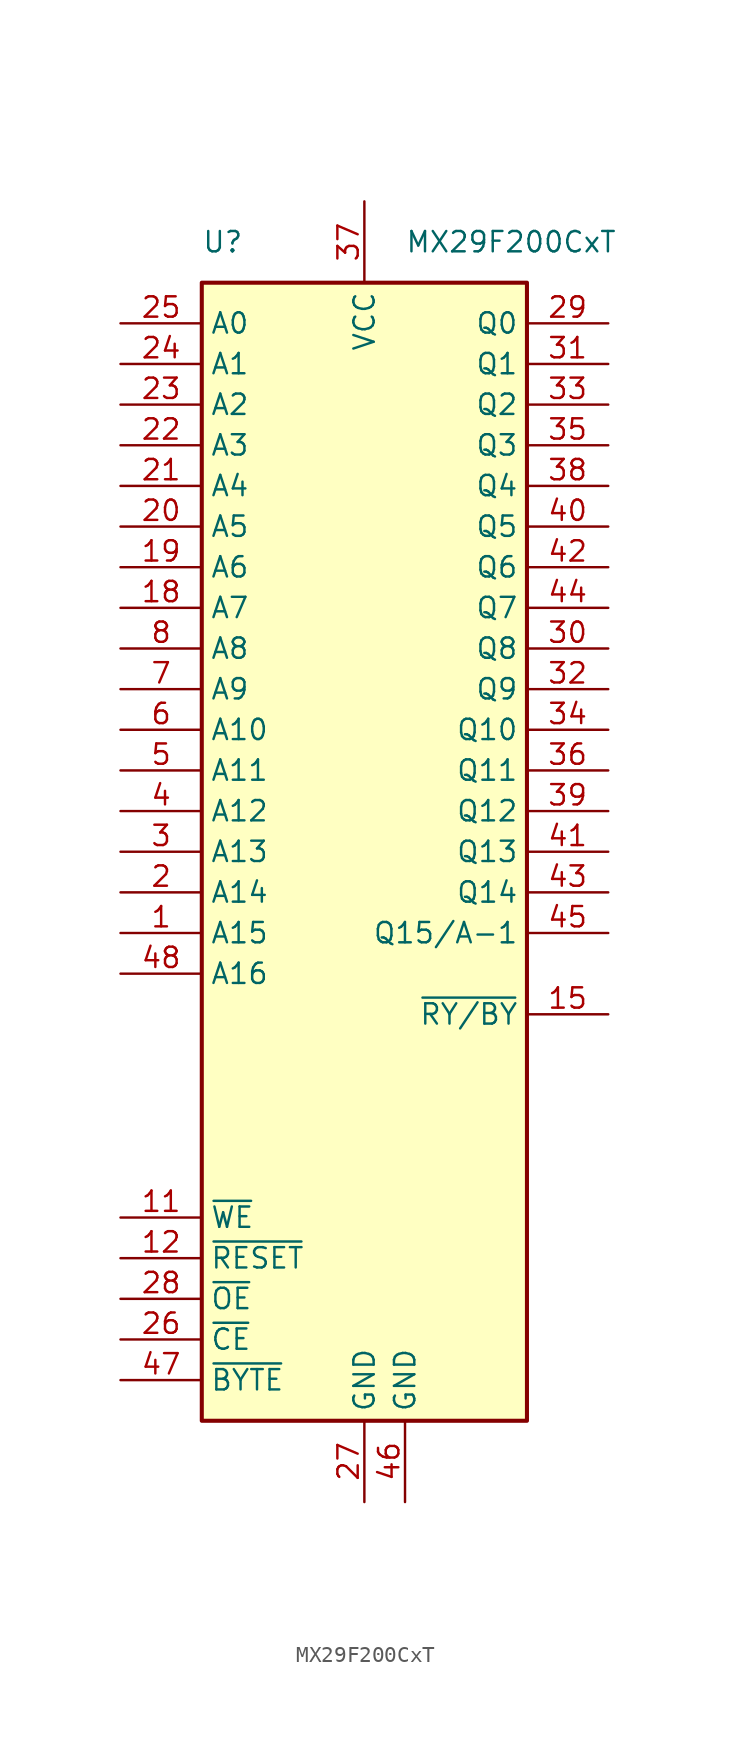
<source format=kicad_sym>
(kicad_symbol_lib
  (version 20241209)
  (generator "kicad_symbol_editor")
  (generator_version "9.0")
  (symbol "MX29F200CxT"
    (property "Reference" "U"
      (at -10.16 38.1 0)
      (effects (font (size 1.27 1.27)) (justify left)))
    (property "Value" "MX29F200CxT"
      (at 2.54 38.1 0)
      (effects (font (size 1.27 1.27)) (justify left)))
    (symbol "MX29F200CxT_0_1"
      (rectangle (start -10.16 35.56) (end 10.16 -35.56) (stroke (width 0.254) (type default)) (fill (type background))))
    (symbol "MX29F200CxT_1_1"
      (pin input line (at -15.24 33.02 0) (length 5.08) (name "A0" (effects (font (size 1.27 1.27)))) (number "25" (effects (font (size 1.27 1.27)))))
      (pin input line (at -15.24 30.48 0) (length 5.08) (name "A1" (effects (font (size 1.27 1.27)))) (number "24" (effects (font (size 1.27 1.27)))))
      (pin input line (at -15.24 27.94 0) (length 5.08) (name "A2" (effects (font (size 1.27 1.27)))) (number "23" (effects (font (size 1.27 1.27)))))
      (pin input line (at -15.24 25.4 0) (length 5.08) (name "A3" (effects (font (size 1.27 1.27)))) (number "22" (effects (font (size 1.27 1.27)))))
      (pin input line (at -15.24 22.86 0) (length 5.08) (name "A4" (effects (font (size 1.27 1.27)))) (number "21" (effects (font (size 1.27 1.27)))))
      (pin input line (at -15.24 20.32 0) (length 5.08) (name "A5" (effects (font (size 1.27 1.27)))) (number "20" (effects (font (size 1.27 1.27)))))
      (pin input line (at -15.24 17.78 0) (length 5.08) (name "A6" (effects (font (size 1.27 1.27)))) (number "19" (effects (font (size 1.27 1.27)))))
      (pin input line (at -15.24 15.24 0) (length 5.08) (name "A7" (effects (font (size 1.27 1.27)))) (number "18" (effects (font (size 1.27 1.27)))))
      (pin input line (at -15.24 12.7 0) (length 5.08) (name "A8" (effects (font (size 1.27 1.27)))) (number "8" (effects (font (size 1.27 1.27)))))
      (pin input line (at -15.24 10.16 0) (length 5.08) (name "A9" (effects (font (size 1.27 1.27)))) (number "7" (effects (font (size 1.27 1.27)))))
      (pin input line (at -15.24 7.62 0) (length 5.08) (name "A10" (effects (font (size 1.27 1.27)))) (number "6" (effects (font (size 1.27 1.27)))))
      (pin input line (at -15.24 5.08 0) (length 5.08) (name "A11" (effects (font (size 1.27 1.27)))) (number "5" (effects (font (size 1.27 1.27)))))
      (pin input line (at -15.24 2.54 0) (length 5.08) (name "A12" (effects (font (size 1.27 1.27)))) (number "4" (effects (font (size 1.27 1.27)))))
      (pin input line (at -15.24 0 0) (length 5.08) (name "A13" (effects (font (size 1.27 1.27)))) (number "3" (effects (font (size 1.27 1.27)))))
      (pin input line (at -15.24 -2.54 0) (length 5.08) (name "A14" (effects (font (size 1.27 1.27)))) (number "2" (effects (font (size 1.27 1.27)))))
      (pin input line (at -15.24 -5.08 0) (length 5.08) (name "A15" (effects (font (size 1.27 1.27)))) (number "1" (effects (font (size 1.27 1.27)))))
      (pin input line (at -15.24 -7.62 0) (length 5.08) (name "A16" (effects (font (size 1.27 1.27)))) (number "48" (effects (font (size 1.27 1.27)))))
      (pin input line (at -15.24 -22.86 0) (length 5.08) (name "~{WE}" (effects (font (size 1.27 1.27)))) (number "11" (effects (font (size 1.27 1.27)))))
      (pin input line (at -15.24 -25.4 0) (length 5.08) (name "~{RESET}" (effects (font (size 1.27 1.27)))) (number "12" (effects (font (size 1.27 1.27)))))
      (pin input line (at -15.24 -27.94 0) (length 5.08) (name "~{OE}" (effects (font (size 1.27 1.27)))) (number "28" (effects (font (size 1.27 1.27)))))
      (pin input line (at -15.24 -30.48 0) (length 5.08) (name "~{CE}" (effects (font (size 1.27 1.27)))) (number "26" (effects (font (size 1.27 1.27)))))
      (pin input line (at -15.24 -33.02 0) (length 5.08) (name "~{BYTE}" (effects (font (size 1.27 1.27)))) (number "47" (effects (font (size 1.27 1.27)))))
      (pin no_connect line (at -10.16 -10.16 0) (length 5.08) (hide yes) (name "NC" (effects (font (size 1.27 1.27)))) (number "17" (effects (font (size 1.27 1.27)))))
      (pin no_connect line (at -10.16 -12.7 0) (length 5.08) (hide yes) (name "NC" (effects (font (size 1.27 1.27)))) (number "16" (effects (font (size 1.27 1.27)))))
      (pin no_connect line (at -10.16 -15.24 0) (length 5.08) (hide yes) (name "NC" (effects (font (size 1.27 1.27)))) (number "9" (effects (font (size 1.27 1.27)))))
      (pin no_connect line (at -10.16 -17.78 0) (length 5.08) (hide yes) (name "NC" (effects (font (size 1.27 1.27)))) (number "10" (effects (font (size 1.27 1.27)))))
      (pin no_connect line (at -10.16 -20.32 0) (length 5.08) (hide yes) (name "NC" (effects (font (size 1.27 1.27)))) (number "13" (effects (font (size 1.27 1.27)))))
      (pin power_in line (at 0 40.64 270) (length 5.08) (name "VCC" (effects (font (size 1.27 1.27)))) (number "37" (effects (font (size 1.27 1.27)))))
      (pin power_in line (at 0 -40.64 90) (length 5.08) (name "GND" (effects (font (size 1.27 1.27)))) (number "27" (effects (font (size 1.27 1.27)))))
      (pin power_in line (at 2.54 -40.64 90) (length 5.08) (name "GND" (effects (font (size 1.27 1.27)))) (number "46" (effects (font (size 1.27 1.27)))))
      (pin no_connect line (at 10.16 -15.24 180) (length 5.08) (hide yes) (name "NC" (effects (font (size 1.27 1.27)))) (number "14" (effects (font (size 1.27 1.27)))))
      (pin bidirectional line (at 15.24 33.02 180) (length 5.08) (name "Q0" (effects (font (size 1.27 1.27)))) (number "29" (effects (font (size 1.27 1.27)))))
      (pin bidirectional line (at 15.24 30.48 180) (length 5.08) (name "Q1" (effects (font (size 1.27 1.27)))) (number "31" (effects (font (size 1.27 1.27)))))
      (pin bidirectional line (at 15.24 27.94 180) (length 5.08) (name "Q2" (effects (font (size 1.27 1.27)))) (number "33" (effects (font (size 1.27 1.27)))))
      (pin bidirectional line (at 15.24 25.4 180) (length 5.08) (name "Q3" (effects (font (size 1.27 1.27)))) (number "35" (effects (font (size 1.27 1.27)))))
      (pin bidirectional line (at 15.24 22.86 180) (length 5.08) (name "Q4" (effects (font (size 1.27 1.27)))) (number "38" (effects (font (size 1.27 1.27)))))
      (pin bidirectional line (at 15.24 20.32 180) (length 5.08) (name "Q5" (effects (font (size 1.27 1.27)))) (number "40" (effects (font (size 1.27 1.27)))))
      (pin bidirectional line (at 15.24 17.78 180) (length 5.08) (name "Q6" (effects (font (size 1.27 1.27)))) (number "42" (effects (font (size 1.27 1.27)))))
      (pin bidirectional line (at 15.24 15.24 180) (length 5.08) (name "Q7" (effects (font (size 1.27 1.27)))) (number "44" (effects (font (size 1.27 1.27)))))
      (pin bidirectional line (at 15.24 12.7 180) (length 5.08) (name "Q8" (effects (font (size 1.27 1.27)))) (number "30" (effects (font (size 1.27 1.27)))))
      (pin bidirectional line (at 15.24 10.16 180) (length 5.08) (name "Q9" (effects (font (size 1.27 1.27)))) (number "32" (effects (font (size 1.27 1.27)))))
      (pin bidirectional line (at 15.24 7.62 180) (length 5.08) (name "Q10" (effects (font (size 1.27 1.27)))) (number "34" (effects (font (size 1.27 1.27)))))
      (pin bidirectional line (at 15.24 5.08 180) (length 5.08) (name "Q11" (effects (font (size 1.27 1.27)))) (number "36" (effects (font (size 1.27 1.27)))))
      (pin bidirectional line (at 15.24 2.54 180) (length 5.08) (name "Q12" (effects (font (size 1.27 1.27)))) (number "39" (effects (font (size 1.27 1.27)))))
      (pin bidirectional line (at 15.24 0 180) (length 5.08) (name "Q13" (effects (font (size 1.27 1.27)))) (number "41" (effects (font (size 1.27 1.27)))))
      (pin bidirectional line (at 15.24 -2.54 180) (length 5.08) (name "Q14" (effects (font (size 1.27 1.27)))) (number "43" (effects (font (size 1.27 1.27)))))
      (pin bidirectional line (at 15.24 -5.08 180) (length 5.08) (name "Q15/A-1" (effects (font (size 1.27 1.27)))) (number "45" (effects (font (size 1.27 1.27)))))
      (pin output line (at 15.24 -10.16 180) (length 5.08) (name "~{RY/BY}" (effects (font (size 1.27 1.27)))) (number "15" (effects (font (size 1.27 1.27))))))))
</source>
